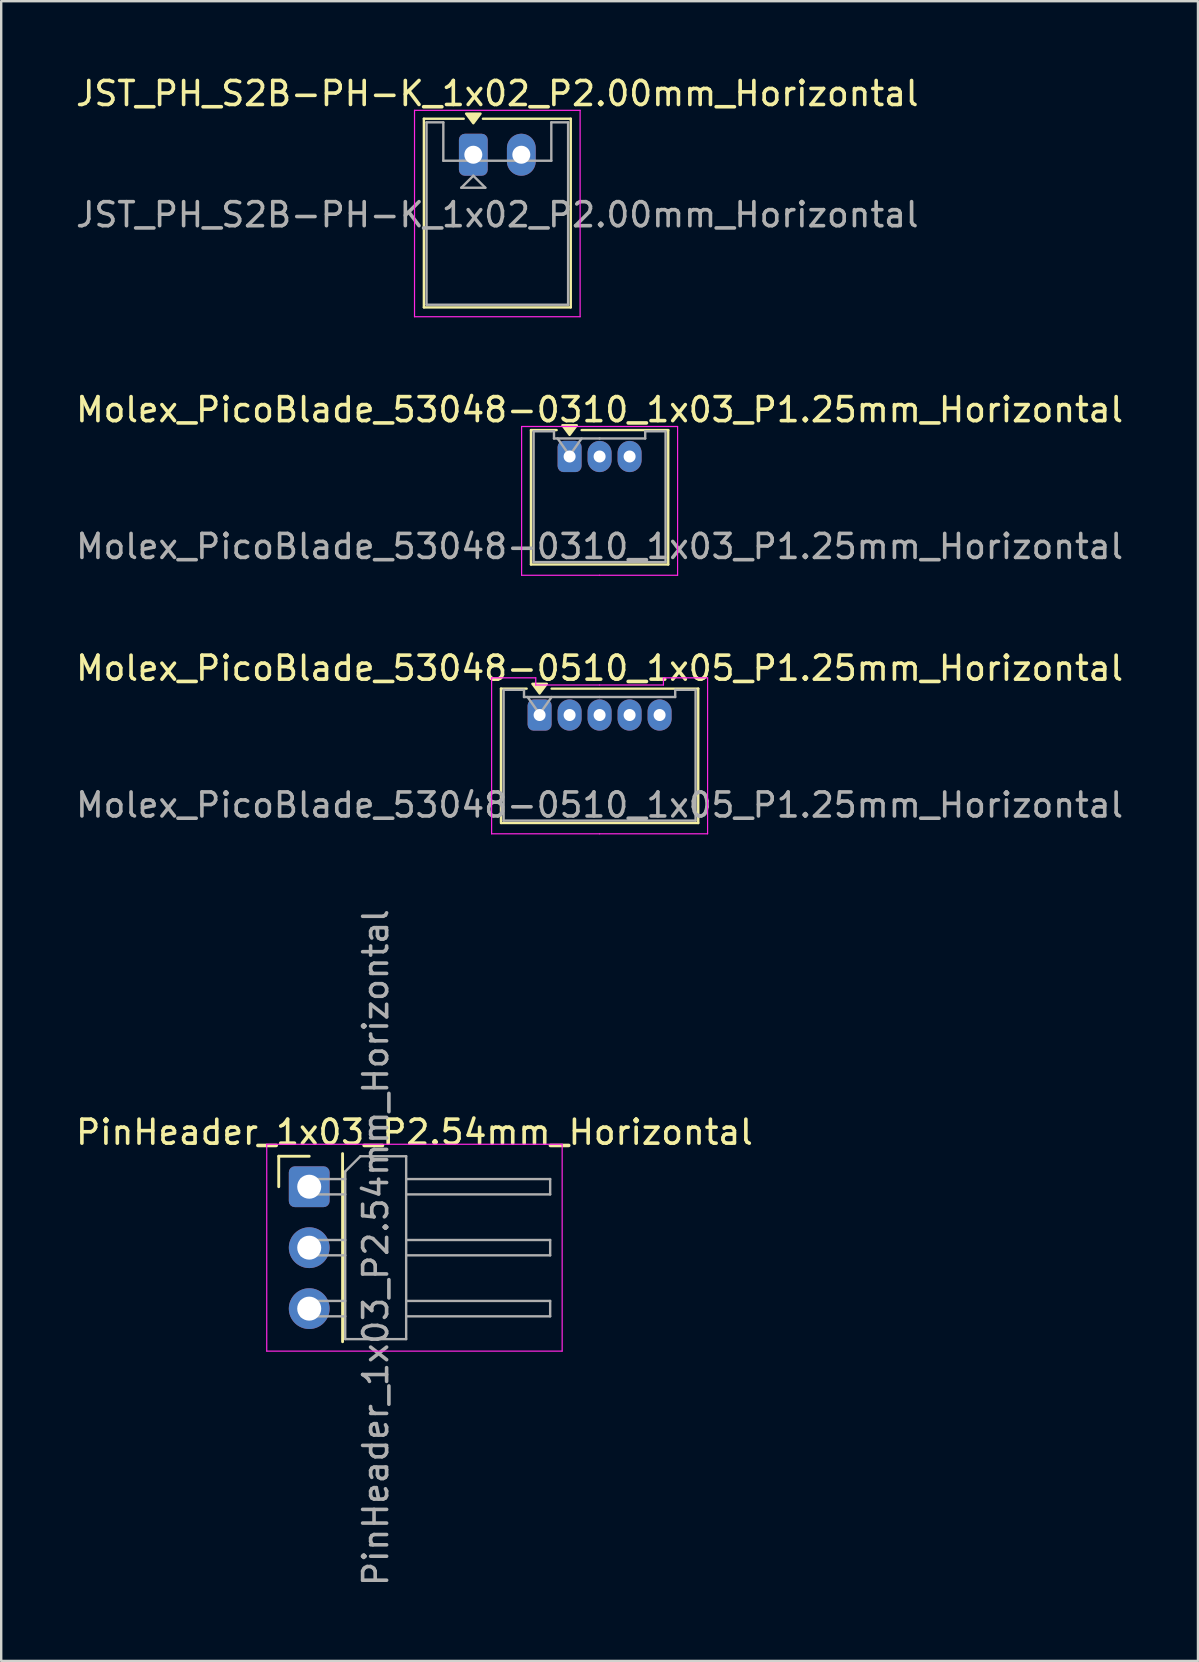
<source format=kicad_pcb>
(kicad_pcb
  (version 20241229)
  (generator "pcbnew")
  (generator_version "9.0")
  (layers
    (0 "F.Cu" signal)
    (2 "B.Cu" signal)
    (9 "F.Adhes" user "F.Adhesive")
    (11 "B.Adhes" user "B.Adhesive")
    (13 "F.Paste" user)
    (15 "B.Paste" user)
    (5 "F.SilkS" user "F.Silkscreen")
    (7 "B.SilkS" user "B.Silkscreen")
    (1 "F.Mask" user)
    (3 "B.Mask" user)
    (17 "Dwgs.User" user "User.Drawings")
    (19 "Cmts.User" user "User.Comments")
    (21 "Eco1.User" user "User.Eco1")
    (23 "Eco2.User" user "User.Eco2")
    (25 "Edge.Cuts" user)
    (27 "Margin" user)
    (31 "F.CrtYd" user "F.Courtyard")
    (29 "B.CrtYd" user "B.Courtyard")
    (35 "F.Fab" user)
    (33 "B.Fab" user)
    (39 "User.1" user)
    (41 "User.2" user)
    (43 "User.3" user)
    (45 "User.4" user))
  (footprint "Molex_PicoBlade_53048-0310_1x03_P1.25mm_Horizontal"
    (layer "F.Cu")
    (at 20.685 15.972)
    (property "Reference" "Molex_PicoBlade_53048-0310_1x03_P1.25mm_Horizontal" (at 1.25 -1.95 0) (layer "F.SilkS") (effects (font (size 1 1) (thickness 0.15))))
    (attr through_hole)
    (fp_line (start -1.61 -1.1) (end -1.61 4.5) (stroke (width 0.1) (type solid)) (layer "F.SilkS"))
    (fp_line (start -0.54 -1.1) (end -1.61 -1.1) (stroke (width 0.1) (type solid)) (layer "F.SilkS"))
    (fp_line (start 0.5 -1.1) (end 4.11 -1.1) (stroke (width 0.1) (type solid)) (layer "F.SilkS"))
    (fp_line (start 4.11 -1.1) (end 4.11 4.5) (stroke (width 0.1) (type solid)) (layer "F.SilkS"))
    (fp_line (start 4.11 4.5) (end -1.61 4.5) (stroke (width 0.1) (type solid)) (layer "F.SilkS"))
    (fp_poly (pts (xy 0 -0.9) (xy -0.3 -1.3) (xy 0.3 -1.3)) (stroke (width 0.1) (type solid)) (fill yes) (layer "F.SilkS"))
    (fp_line (start -2 -1.25) (end -2 4.95) (stroke (width 0.05) (type solid)) (layer "F.CrtYd"))
    (fp_line (start -2 4.95) (end 1.25 4.95) (stroke (width 0.05) (type solid)) (layer "F.CrtYd"))
    (fp_line (start 4.5 -1.25) (end -2 -1.25) (stroke (width 0.05) (type solid)) (layer "F.CrtYd"))
    (fp_line (start 4.5 -1.25) (end 4.5 4.95) (stroke (width 0.05) (type solid)) (layer "F.CrtYd"))
    (fp_line (start 4.5 4.95) (end 1.25 4.95) (stroke (width 0.05) (type solid)) (layer "F.CrtYd"))
    (fp_line (start -1.5 -1.05) (end -1.5 4.4) (stroke (width 0.1) (type solid)) (layer "F.Fab"))
    (fp_line (start -1.5 4.4) (end 4 4.4) (stroke (width 0.1) (type solid)) (layer "F.Fab"))
    (fp_line (start -0.65 -1.05) (end -1.5 -1.05) (stroke (width 0.1) (type solid)) (layer "F.Fab"))
    (fp_line (start -0.65 -0.75) (end -0.65 -1.05) (stroke (width 0.1) (type solid)) (layer "F.Fab"))
    (fp_line (start -0.5 -0.75) (end 0 -0.043) (stroke (width 0.1) (type solid)) (layer "F.Fab"))
    (fp_line (start 0 -0.043) (end 0.5 -0.75) (stroke (width 0.1) (type solid)) (layer "F.Fab"))
    (fp_line (start 1.25 -0.75) (end -0.65 -0.75) (stroke (width 0.1) (type solid)) (layer "F.Fab"))
    (fp_line (start 1.25 -0.75) (end 3.15 -0.75) (stroke (width 0.1) (type solid)) (layer "F.Fab"))
    (fp_line (start 3.15 -1.05) (end 4 -1.05) (stroke (width 0.1) (type solid)) (layer "F.Fab"))
    (fp_line (start 3.15 -0.75) (end 3.15 -1.05) (stroke (width 0.1) (type solid)) (layer "F.Fab"))
    (fp_line (start 4 -1.05) (end 4 4.4) (stroke (width 0.1) (type solid)) (layer "F.Fab"))
    (fp_text user "${REFERENCE}" (at 1.25 3.75 0) (layer "F.Fab") (effects (font (size 1 1) (thickness 0.15))))
    (pad "1" thru_hole roundrect (at 0 0) (size 1 1.3) (drill 0.5) (layers "*.Cu" "*.Mask") (roundrect_rratio 0.25))
    (pad "2" thru_hole oval (at 1.25 0) (size 1 1.3) (drill 0.5) (layers "*.Cu" "*.Mask"))
    (pad "3" thru_hole oval (at 2.5 0) (size 1 1.3) (drill 0.5) (layers "*.Cu" "*.Mask")))
  (footprint "PinHeader_1x03_P2.54mm_Horizontal"
    (layer "F.Cu")
    (at 9.835 46.4)
    (property "Reference" "PinHeader_1x03_P2.54mm_Horizontal" (at 4.385 -2.27 0) (layer "F.SilkS") (effects (font (size 1 1) (thickness 0.15))))
    (attr through_hole)
    (fp_line (start -1.27 -1.27) (end 0 -1.27) (stroke (width 0.12) (type solid)) (layer "F.SilkS"))
    (fp_line (start -1.27 0) (end -1.27 -1.27) (stroke (width 0.12) (type solid)) (layer "F.SilkS"))
    (fp_line (start 1.39 -1.38) (end 1.39 6.46) (stroke (width 0.12) (type solid)) (layer "F.SilkS"))
    (fp_line (start -1.77 -1.77) (end -1.77 6.85) (stroke (width 0.05) (type solid)) (layer "F.CrtYd"))
    (fp_line (start -1.77 6.85) (end 10.54 6.85) (stroke (width 0.05) (type solid)) (layer "F.CrtYd"))
    (fp_line (start 10.54 -1.77) (end -1.77 -1.77) (stroke (width 0.05) (type solid)) (layer "F.CrtYd"))
    (fp_line (start 10.54 6.85) (end 10.54 -1.77) (stroke (width 0.05) (type solid)) (layer "F.CrtYd"))
    (fp_line (start -0.32 -0.32) (end -0.32 0.32) (stroke (width 0.1) (type solid)) (layer "F.Fab"))
    (fp_line (start -0.32 -0.32) (end 1.5 -0.32) (stroke (width 0.1) (type solid)) (layer "F.Fab"))
    (fp_line (start -0.32 0.32) (end 1.5 0.32) (stroke (width 0.1) (type solid)) (layer "F.Fab"))
    (fp_line (start -0.32 2.22) (end -0.32 2.86) (stroke (width 0.1) (type solid)) (layer "F.Fab"))
    (fp_line (start -0.32 2.22) (end 1.5 2.22) (stroke (width 0.1) (type solid)) (layer "F.Fab"))
    (fp_line (start -0.32 2.86) (end 1.5 2.86) (stroke (width 0.1) (type solid)) (layer "F.Fab"))
    (fp_line (start -0.32 4.76) (end -0.32 5.4) (stroke (width 0.1) (type solid)) (layer "F.Fab"))
    (fp_line (start -0.32 4.76) (end 1.5 4.76) (stroke (width 0.1) (type solid)) (layer "F.Fab"))
    (fp_line (start -0.32 5.4) (end 1.5 5.4) (stroke (width 0.1) (type solid)) (layer "F.Fab"))
    (fp_line (start 1.5 -0.635) (end 2.135 -1.27) (stroke (width 0.1) (type solid)) (layer "F.Fab"))
    (fp_line (start 1.5 6.35) (end 1.5 -0.635) (stroke (width 0.1) (type solid)) (layer "F.Fab"))
    (fp_line (start 2.135 -1.27) (end 4.04 -1.27) (stroke (width 0.1) (type solid)) (layer "F.Fab"))
    (fp_line (start 4.04 -1.27) (end 4.04 6.35) (stroke (width 0.1) (type solid)) (layer "F.Fab"))
    (fp_line (start 4.04 -0.32) (end 10.04 -0.32) (stroke (width 0.1) (type solid)) (layer "F.Fab"))
    (fp_line (start 4.04 0.32) (end 10.04 0.32) (stroke (width 0.1) (type solid)) (layer "F.Fab"))
    (fp_line (start 4.04 2.22) (end 10.04 2.22) (stroke (width 0.1) (type solid)) (layer "F.Fab"))
    (fp_line (start 4.04 2.86) (end 10.04 2.86) (stroke (width 0.1) (type solid)) (layer "F.Fab"))
    (fp_line (start 4.04 4.76) (end 10.04 4.76) (stroke (width 0.1) (type solid)) (layer "F.Fab"))
    (fp_line (start 4.04 5.4) (end 10.04 5.4) (stroke (width 0.1) (type solid)) (layer "F.Fab"))
    (fp_line (start 4.04 6.35) (end 1.5 6.35) (stroke (width 0.1) (type solid)) (layer "F.Fab"))
    (fp_line (start 10.04 -0.32) (end 10.04 0.32) (stroke (width 0.1) (type solid)) (layer "F.Fab"))
    (fp_line (start 10.04 2.22) (end 10.04 2.86) (stroke (width 0.1) (type solid)) (layer "F.Fab"))
    (fp_line (start 10.04 4.76) (end 10.04 5.4) (stroke (width 0.1) (type solid)) (layer "F.Fab"))
    (fp_text user "${REFERENCE}" (at 2.77 2.54 90) (layer "F.Fab") (effects (font (size 1 1) (thickness 0.15))))
    (pad "1" thru_hole roundrect (at 0 0) (size 1.7 1.7) (drill 1) (layers "*.Cu" "*.Mask") (roundrect_rratio 0.147))
    (pad "2" thru_hole circle (at 0 2.54) (size 1.7 1.7) (drill 1) (layers "*.Cu" "*.Mask"))
    (pad "3" thru_hole circle (at 0 5.08) (size 1.7 1.7) (drill 1) (layers "*.Cu" "*.Mask")))
  (footprint "Molex_PicoBlade_53048-0510_1x05_P1.25mm_Horizontal"
    (layer "F.Cu")
    (at 19.435 26.745)
    (property "Reference" "Molex_PicoBlade_53048-0510_1x05_P1.25mm_Horizontal" (at 2.5 -1.95 0) (layer "F.SilkS") (effects (font (size 1 1) (thickness 0.15))))
    (attr through_hole)
    (fp_line (start -1.61 -1.1) (end -1.61 4.5) (stroke (width 0.1) (type solid)) (layer "F.SilkS"))
    (fp_line (start -0.54 -1.1) (end -1.61 -1.1) (stroke (width 0.1) (type solid)) (layer "F.SilkS"))
    (fp_line (start 0.5 -1.1) (end 6.61 -1.1) (stroke (width 0.1) (type solid)) (layer "F.SilkS"))
    (fp_line (start 6.61 -1.1) (end 6.61 4.5) (stroke (width 0.1) (type solid)) (layer "F.SilkS"))
    (fp_line (start 6.61 4.5) (end -1.6 4.5) (stroke (width 0.1) (type solid)) (layer "F.SilkS"))
    (fp_poly (pts (xy 0 -0.9) (xy -0.3 -1.3) (xy 0.3 -1.3)) (stroke (width 0.1) (type solid)) (fill yes) (layer "F.SilkS"))
    (fp_line (start -2 -1.55) (end -2 4.95) (stroke (width 0.05) (type solid)) (layer "F.CrtYd"))
    (fp_line (start -2 4.95) (end 2.5 4.95) (stroke (width 0.05) (type solid)) (layer "F.CrtYd"))
    (fp_line (start -0.16 -1.55) (end -2 -1.55) (stroke (width 0.05) (type solid)) (layer "F.CrtYd"))
    (fp_line (start -0.16 -1.25) (end -0.16 -1.55) (stroke (width 0.05) (type solid)) (layer "F.CrtYd"))
    (fp_line (start 2.5 -1.25) (end -0.16 -1.25) (stroke (width 0.05) (type solid)) (layer "F.CrtYd"))
    (fp_line (start 2.5 -1.25) (end 5.16 -1.25) (stroke (width 0.05) (type solid)) (layer "F.CrtYd"))
    (fp_line (start 5.16 -1.55) (end 7 -1.55) (stroke (width 0.05) (type solid)) (layer "F.CrtYd"))
    (fp_line (start 5.16 -1.25) (end 5.16 -1.55) (stroke (width 0.05) (type solid)) (layer "F.CrtYd"))
    (fp_line (start 7 -1.55) (end 7 4.95) (stroke (width 0.05) (type solid)) (layer "F.CrtYd"))
    (fp_line (start 7 4.95) (end 2.5 4.95) (stroke (width 0.05) (type solid)) (layer "F.CrtYd"))
    (fp_line (start -1.5 -1.05) (end -1.5 4.4) (stroke (width 0.1) (type solid)) (layer "F.Fab"))
    (fp_line (start -1.5 4.4) (end 6.5 4.4) (stroke (width 0.1) (type solid)) (layer "F.Fab"))
    (fp_line (start -0.65 -1.05) (end -1.5 -1.05) (stroke (width 0.1) (type solid)) (layer "F.Fab"))
    (fp_line (start -0.65 -0.75) (end -0.65 -1.05) (stroke (width 0.1) (type solid)) (layer "F.Fab"))
    (fp_line (start -0.5 -0.75) (end 0 -0.043) (stroke (width 0.1) (type solid)) (layer "F.Fab"))
    (fp_line (start 0 -0.043) (end 0.5 -0.75) (stroke (width 0.1) (type solid)) (layer "F.Fab"))
    (fp_line (start 2.5 -0.75) (end -0.65 -0.75) (stroke (width 0.1) (type solid)) (layer "F.Fab"))
    (fp_line (start 2.5 -0.75) (end 5.65 -0.75) (stroke (width 0.1) (type solid)) (layer "F.Fab"))
    (fp_line (start 5.65 -1.05) (end 6.5 -1.05) (stroke (width 0.1) (type solid)) (layer "F.Fab"))
    (fp_line (start 5.65 -0.75) (end 5.65 -1.05) (stroke (width 0.1) (type solid)) (layer "F.Fab"))
    (fp_line (start 6.5 -1.05) (end 6.5 4.4) (stroke (width 0.1) (type solid)) (layer "F.Fab"))
    (fp_text user "${REFERENCE}" (at 2.5 3.75 0) (layer "F.Fab") (effects (font (size 1 1) (thickness 0.15))))
    (pad "1" thru_hole roundrect (at 0 0) (size 1 1.3) (drill 0.5) (layers "*.Cu" "*.Mask") (roundrect_rratio 0.25))
    (pad "2" thru_hole oval (at 1.25 0) (size 1 1.3) (drill 0.5) (layers "*.Cu" "*.Mask"))
    (pad "3" thru_hole oval (at 2.5 0) (size 1 1.3) (drill 0.5) (layers "*.Cu" "*.Mask"))
    (pad "4" thru_hole oval (at 3.75 0) (size 1 1.3) (drill 0.5) (layers "*.Cu" "*.Mask"))
    (pad "5" thru_hole oval (at 5 0) (size 1 1.3) (drill 0.5) (layers "*.Cu" "*.Mask")))
  (footprint "JST_PH_S2B-PH-K_1x02_P2.00mm_Horizontal"
    (layer "F.Cu")
    (at 16.673 3.398)
    (property "Reference" "JST_PH_S2B-PH-K_1x02_P2.00mm_Horizontal" (at 1 -2.55 0) (layer "F.SilkS") (effects (font (size 1 1) (thickness 0.15))))
    (attr through_hole)
    (fp_line (start -2.06 -1.5) (end -2.06 6.36) (stroke (width 0.1) (type solid)) (layer "F.SilkS"))
    (fp_line (start -2.06 -1.5) (end -0.4 -1.5) (stroke (width 0.1) (type default)) (layer "F.SilkS"))
    (fp_line (start -2.06 6.36) (end 4.06 6.36) (stroke (width 0.1) (type solid)) (layer "F.SilkS"))
    (fp_line (start 4.06 -1.5) (end 0.4 -1.5) (stroke (width 0.1) (type default)) (layer "F.SilkS"))
    (fp_line (start 4.06 6.36) (end 4.06 -1.5) (stroke (width 0.1) (type solid)) (layer "F.SilkS"))
    (fp_poly (pts (xy 0 -1.312) (xy -0.3 -1.712) (xy 0.3 -1.712)) (stroke (width 0.1) (type solid)) (fill yes) (layer "F.SilkS"))
    (fp_line (start -2.45 -1.85) (end -2.45 6.75) (stroke (width 0.05) (type solid)) (layer "F.CrtYd"))
    (fp_line (start -2.45 6.75) (end 4.45 6.75) (stroke (width 0.05) (type solid)) (layer "F.CrtYd"))
    (fp_line (start 4.45 -1.85) (end -2.45 -1.85) (stroke (width 0.05) (type solid)) (layer "F.CrtYd"))
    (fp_line (start 4.45 6.75) (end 4.45 -1.85) (stroke (width 0.05) (type solid)) (layer "F.CrtYd"))
    (fp_line (start -1.95 -1.35) (end -1.95 6.25) (stroke (width 0.1) (type solid)) (layer "F.Fab"))
    (fp_line (start -1.95 6.25) (end 3.95 6.25) (stroke (width 0.1) (type solid)) (layer "F.Fab"))
    (fp_line (start -1.25 -1.35) (end -1.95 -1.35) (stroke (width 0.1) (type solid)) (layer "F.Fab"))
    (fp_line (start -1.25 0.25) (end -1.25 -1.35) (stroke (width 0.1) (type solid)) (layer "F.Fab"))
    (fp_line (start -0.5 1.375) (end 0.5 1.375) (stroke (width 0.1) (type solid)) (layer "F.Fab"))
    (fp_line (start 0 0.875) (end -0.5 1.375) (stroke (width 0.1) (type solid)) (layer "F.Fab"))
    (fp_line (start 0.5 1.375) (end 0 0.875) (stroke (width 0.1) (type solid)) (layer "F.Fab"))
    (fp_line (start 3.25 -1.35) (end 3.25 0.25) (stroke (width 0.1) (type solid)) (layer "F.Fab"))
    (fp_line (start 3.25 0.25) (end -1.25 0.25) (stroke (width 0.1) (type solid)) (layer "F.Fab"))
    (fp_line (start 3.95 -1.35) (end 3.25 -1.35) (stroke (width 0.1) (type solid)) (layer "F.Fab"))
    (fp_line (start 3.95 6.25) (end 3.95 -1.35) (stroke (width 0.1) (type solid)) (layer "F.Fab"))
    (fp_text user "${REFERENCE}" (at 1 2.5 0) (layer "F.Fab") (effects (font (size 1 1) (thickness 0.15))))
    (pad "1" thru_hole roundrect (at 0 0) (size 1.2 1.75) (drill 0.75) (layers "*.Cu" "*.Mask") (roundrect_rratio 0.208))
    (pad "2" thru_hole oval (at 2 0) (size 1.2 1.75) (drill 0.75) (layers "*.Cu" "*.Mask")))
  (gr_rect
    (start -3 -3)
    (end 46.869 66.16)
    (stroke (width 0.1) (type default))
    (fill no)
    (layer "Edge.Cuts")))
</source>
